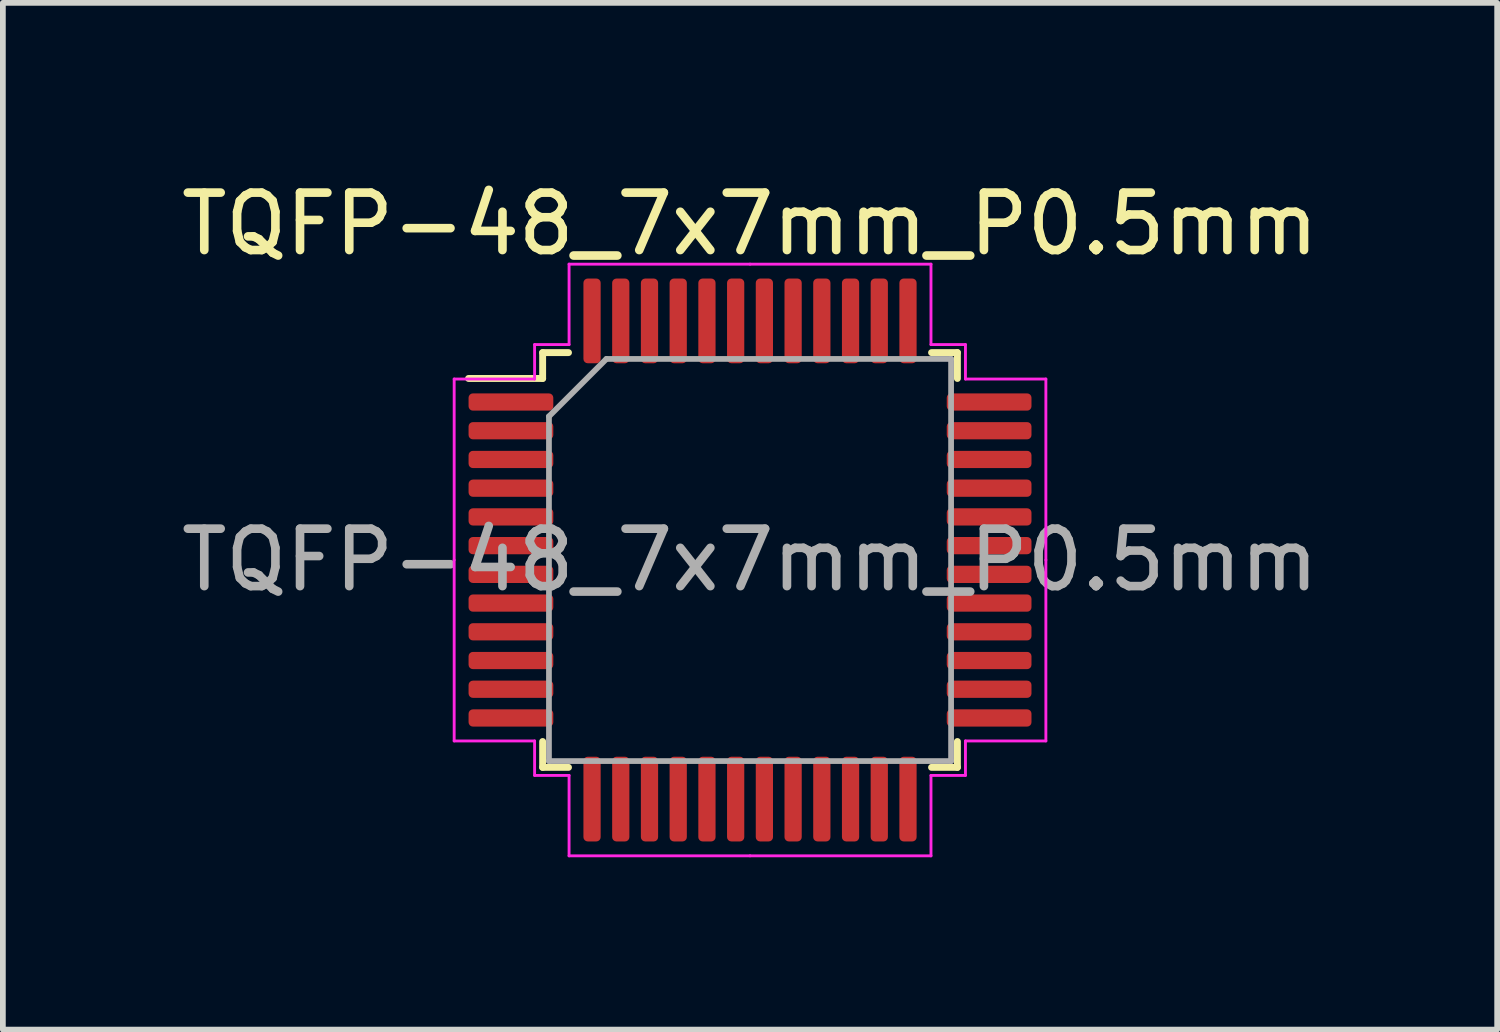
<source format=kicad_pcb>
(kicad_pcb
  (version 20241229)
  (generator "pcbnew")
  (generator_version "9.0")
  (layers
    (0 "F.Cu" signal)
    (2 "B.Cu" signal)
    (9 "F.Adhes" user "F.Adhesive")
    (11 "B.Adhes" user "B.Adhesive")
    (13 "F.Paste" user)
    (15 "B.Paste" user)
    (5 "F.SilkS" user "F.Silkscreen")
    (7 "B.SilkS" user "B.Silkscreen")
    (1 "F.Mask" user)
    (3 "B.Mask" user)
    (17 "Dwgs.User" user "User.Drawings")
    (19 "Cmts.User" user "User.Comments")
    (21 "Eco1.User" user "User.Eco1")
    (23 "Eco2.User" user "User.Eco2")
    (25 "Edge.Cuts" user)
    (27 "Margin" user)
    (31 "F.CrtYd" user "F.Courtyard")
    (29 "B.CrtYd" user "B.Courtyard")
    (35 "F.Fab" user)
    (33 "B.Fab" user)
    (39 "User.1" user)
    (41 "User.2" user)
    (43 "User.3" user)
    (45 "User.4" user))
  (footprint "TQFP-48_7x7mm_P0.5mm"
    (layer "F.Cu")
    (at 10.006 6.698)
    (property "Reference" "TQFP-48_7x7mm_P0.5mm" (at 0 -5.85 0) (layer "F.SilkS") (effects (font (size 1 1) (thickness 0.15))))
    (attr smd)
    (fp_line (start -3.61 -3.61) (end -3.61 -3.16) (stroke (width 0.12) (type solid)) (layer "F.SilkS"))
    (fp_line (start -3.61 -3.16) (end -4.9 -3.16) (stroke (width 0.12) (type solid)) (layer "F.SilkS"))
    (fp_line (start -3.61 3.61) (end -3.61 3.16) (stroke (width 0.12) (type solid)) (layer "F.SilkS"))
    (fp_line (start -3.16 -3.61) (end -3.61 -3.61) (stroke (width 0.12) (type solid)) (layer "F.SilkS"))
    (fp_line (start -3.16 3.61) (end -3.61 3.61) (stroke (width 0.12) (type solid)) (layer "F.SilkS"))
    (fp_line (start 3.16 -3.61) (end 3.61 -3.61) (stroke (width 0.12) (type solid)) (layer "F.SilkS"))
    (fp_line (start 3.16 3.61) (end 3.61 3.61) (stroke (width 0.12) (type solid)) (layer "F.SilkS"))
    (fp_line (start 3.61 -3.61) (end 3.61 -3.16) (stroke (width 0.12) (type solid)) (layer "F.SilkS"))
    (fp_line (start 3.61 3.61) (end 3.61 3.16) (stroke (width 0.12) (type solid)) (layer "F.SilkS"))
    (fp_line (start -5.15 -3.15) (end -5.15 0) (stroke (width 0.05) (type solid)) (layer "F.CrtYd"))
    (fp_line (start -5.15 3.15) (end -5.15 0) (stroke (width 0.05) (type solid)) (layer "F.CrtYd"))
    (fp_line (start -3.75 -3.75) (end -3.75 -3.15) (stroke (width 0.05) (type solid)) (layer "F.CrtYd"))
    (fp_line (start -3.75 -3.15) (end -5.15 -3.15) (stroke (width 0.05) (type solid)) (layer "F.CrtYd"))
    (fp_line (start -3.75 3.15) (end -5.15 3.15) (stroke (width 0.05) (type solid)) (layer "F.CrtYd"))
    (fp_line (start -3.75 3.75) (end -3.75 3.15) (stroke (width 0.05) (type solid)) (layer "F.CrtYd"))
    (fp_line (start -3.15 -5.15) (end -3.15 -3.75) (stroke (width 0.05) (type solid)) (layer "F.CrtYd"))
    (fp_line (start -3.15 -3.75) (end -3.75 -3.75) (stroke (width 0.05) (type solid)) (layer "F.CrtYd"))
    (fp_line (start -3.15 3.75) (end -3.75 3.75) (stroke (width 0.05) (type solid)) (layer "F.CrtYd"))
    (fp_line (start -3.15 5.15) (end -3.15 3.75) (stroke (width 0.05) (type solid)) (layer "F.CrtYd"))
    (fp_line (start 0 -5.15) (end -3.15 -5.15) (stroke (width 0.05) (type solid)) (layer "F.CrtYd"))
    (fp_line (start 0 -5.15) (end 3.15 -5.15) (stroke (width 0.05) (type solid)) (layer "F.CrtYd"))
    (fp_line (start 0 5.15) (end -3.15 5.15) (stroke (width 0.05) (type solid)) (layer "F.CrtYd"))
    (fp_line (start 0 5.15) (end 3.15 5.15) (stroke (width 0.05) (type solid)) (layer "F.CrtYd"))
    (fp_line (start 3.15 -5.15) (end 3.15 -3.75) (stroke (width 0.05) (type solid)) (layer "F.CrtYd"))
    (fp_line (start 3.15 -3.75) (end 3.75 -3.75) (stroke (width 0.05) (type solid)) (layer "F.CrtYd"))
    (fp_line (start 3.15 3.75) (end 3.75 3.75) (stroke (width 0.05) (type solid)) (layer "F.CrtYd"))
    (fp_line (start 3.15 5.15) (end 3.15 3.75) (stroke (width 0.05) (type solid)) (layer "F.CrtYd"))
    (fp_line (start 3.75 -3.75) (end 3.75 -3.15) (stroke (width 0.05) (type solid)) (layer "F.CrtYd"))
    (fp_line (start 3.75 -3.15) (end 5.15 -3.15) (stroke (width 0.05) (type solid)) (layer "F.CrtYd"))
    (fp_line (start 3.75 3.15) (end 5.15 3.15) (stroke (width 0.05) (type solid)) (layer "F.CrtYd"))
    (fp_line (start 3.75 3.75) (end 3.75 3.15) (stroke (width 0.05) (type solid)) (layer "F.CrtYd"))
    (fp_line (start 5.15 -3.15) (end 5.15 0) (stroke (width 0.05) (type solid)) (layer "F.CrtYd"))
    (fp_line (start 5.15 3.15) (end 5.15 0) (stroke (width 0.05) (type solid)) (layer "F.CrtYd"))
    (fp_line (start -3.5 -2.5) (end -2.5 -3.5) (stroke (width 0.1) (type solid)) (layer "F.Fab"))
    (fp_line (start -3.5 3.5) (end -3.5 -2.5) (stroke (width 0.1) (type solid)) (layer "F.Fab"))
    (fp_line (start -2.5 -3.5) (end 3.5 -3.5) (stroke (width 0.1) (type solid)) (layer "F.Fab"))
    (fp_line (start 3.5 -3.5) (end 3.5 3.5) (stroke (width 0.1) (type solid)) (layer "F.Fab"))
    (fp_line (start 3.5 3.5) (end -3.5 3.5) (stroke (width 0.1) (type solid)) (layer "F.Fab"))
    (fp_text user "${REFERENCE}" (at 0 0 0) (layer "F.Fab") (effects (font (size 1 1) (thickness 0.15))))
    (pad "1" smd roundrect (at -4.162 -2.75) (size 1.475 0.3) (layers "F.Cu" "F.Mask" "F.Paste") (roundrect_rratio 0.25))
    (pad "2" smd roundrect (at -4.162 -2.25) (size 1.475 0.3) (layers "F.Cu" "F.Mask" "F.Paste") (roundrect_rratio 0.25))
    (pad "3" smd roundrect (at -4.162 -1.75) (size 1.475 0.3) (layers "F.Cu" "F.Mask" "F.Paste") (roundrect_rratio 0.25))
    (pad "4" smd roundrect (at -4.162 -1.25) (size 1.475 0.3) (layers "F.Cu" "F.Mask" "F.Paste") (roundrect_rratio 0.25))
    (pad "5" smd roundrect (at -4.162 -0.75) (size 1.475 0.3) (layers "F.Cu" "F.Mask" "F.Paste") (roundrect_rratio 0.25))
    (pad "6" smd roundrect (at -4.162 -0.25) (size 1.475 0.3) (layers "F.Cu" "F.Mask" "F.Paste") (roundrect_rratio 0.25))
    (pad "7" smd roundrect (at -4.162 0.25) (size 1.475 0.3) (layers "F.Cu" "F.Mask" "F.Paste") (roundrect_rratio 0.25))
    (pad "8" smd roundrect (at -4.162 0.75) (size 1.475 0.3) (layers "F.Cu" "F.Mask" "F.Paste") (roundrect_rratio 0.25))
    (pad "9" smd roundrect (at -4.162 1.25) (size 1.475 0.3) (layers "F.Cu" "F.Mask" "F.Paste") (roundrect_rratio 0.25))
    (pad "10" smd roundrect (at -4.162 1.75) (size 1.475 0.3) (layers "F.Cu" "F.Mask" "F.Paste") (roundrect_rratio 0.25))
    (pad "11" smd roundrect (at -4.162 2.25) (size 1.475 0.3) (layers "F.Cu" "F.Mask" "F.Paste") (roundrect_rratio 0.25))
    (pad "12" smd roundrect (at -4.162 2.75) (size 1.475 0.3) (layers "F.Cu" "F.Mask" "F.Paste") (roundrect_rratio 0.25))
    (pad "13" smd roundrect (at -2.75 4.162) (size 0.3 1.475) (layers "F.Cu" "F.Mask" "F.Paste") (roundrect_rratio 0.25))
    (pad "14" smd roundrect (at -2.25 4.162) (size 0.3 1.475) (layers "F.Cu" "F.Mask" "F.Paste") (roundrect_rratio 0.25))
    (pad "15" smd roundrect (at -1.75 4.162) (size 0.3 1.475) (layers "F.Cu" "F.Mask" "F.Paste") (roundrect_rratio 0.25))
    (pad "16" smd roundrect (at -1.25 4.162) (size 0.3 1.475) (layers "F.Cu" "F.Mask" "F.Paste") (roundrect_rratio 0.25))
    (pad "17" smd roundrect (at -0.75 4.162) (size 0.3 1.475) (layers "F.Cu" "F.Mask" "F.Paste") (roundrect_rratio 0.25))
    (pad "18" smd roundrect (at -0.25 4.162) (size 0.3 1.475) (layers "F.Cu" "F.Mask" "F.Paste") (roundrect_rratio 0.25))
    (pad "19" smd roundrect (at 0.25 4.162) (size 0.3 1.475) (layers "F.Cu" "F.Mask" "F.Paste") (roundrect_rratio 0.25))
    (pad "20" smd roundrect (at 0.75 4.162) (size 0.3 1.475) (layers "F.Cu" "F.Mask" "F.Paste") (roundrect_rratio 0.25))
    (pad "21" smd roundrect (at 1.25 4.162) (size 0.3 1.475) (layers "F.Cu" "F.Mask" "F.Paste") (roundrect_rratio 0.25))
    (pad "22" smd roundrect (at 1.75 4.162) (size 0.3 1.475) (layers "F.Cu" "F.Mask" "F.Paste") (roundrect_rratio 0.25))
    (pad "23" smd roundrect (at 2.25 4.162) (size 0.3 1.475) (layers "F.Cu" "F.Mask" "F.Paste") (roundrect_rratio 0.25))
    (pad "24" smd roundrect (at 2.75 4.162) (size 0.3 1.475) (layers "F.Cu" "F.Mask" "F.Paste") (roundrect_rratio 0.25))
    (pad "25" smd roundrect (at 4.162 2.75) (size 1.475 0.3) (layers "F.Cu" "F.Mask" "F.Paste") (roundrect_rratio 0.25))
    (pad "26" smd roundrect (at 4.162 2.25) (size 1.475 0.3) (layers "F.Cu" "F.Mask" "F.Paste") (roundrect_rratio 0.25))
    (pad "27" smd roundrect (at 4.162 1.75) (size 1.475 0.3) (layers "F.Cu" "F.Mask" "F.Paste") (roundrect_rratio 0.25))
    (pad "28" smd roundrect (at 4.162 1.25) (size 1.475 0.3) (layers "F.Cu" "F.Mask" "F.Paste") (roundrect_rratio 0.25))
    (pad "29" smd roundrect (at 4.162 0.75) (size 1.475 0.3) (layers "F.Cu" "F.Mask" "F.Paste") (roundrect_rratio 0.25))
    (pad "30" smd roundrect (at 4.162 0.25) (size 1.475 0.3) (layers "F.Cu" "F.Mask" "F.Paste") (roundrect_rratio 0.25))
    (pad "31" smd roundrect (at 4.162 -0.25) (size 1.475 0.3) (layers "F.Cu" "F.Mask" "F.Paste") (roundrect_rratio 0.25))
    (pad "32" smd roundrect (at 4.162 -0.75) (size 1.475 0.3) (layers "F.Cu" "F.Mask" "F.Paste") (roundrect_rratio 0.25))
    (pad "33" smd roundrect (at 4.162 -1.25) (size 1.475 0.3) (layers "F.Cu" "F.Mask" "F.Paste") (roundrect_rratio 0.25))
    (pad "34" smd roundrect (at 4.162 -1.75) (size 1.475 0.3) (layers "F.Cu" "F.Mask" "F.Paste") (roundrect_rratio 0.25))
    (pad "35" smd roundrect (at 4.162 -2.25) (size 1.475 0.3) (layers "F.Cu" "F.Mask" "F.Paste") (roundrect_rratio 0.25))
    (pad "36" smd roundrect (at 4.162 -2.75) (size 1.475 0.3) (layers "F.Cu" "F.Mask" "F.Paste") (roundrect_rratio 0.25))
    (pad "37" smd roundrect (at 2.75 -4.162) (size 0.3 1.475) (layers "F.Cu" "F.Mask" "F.Paste") (roundrect_rratio 0.25))
    (pad "38" smd roundrect (at 2.25 -4.162) (size 0.3 1.475) (layers "F.Cu" "F.Mask" "F.Paste") (roundrect_rratio 0.25))
    (pad "39" smd roundrect (at 1.75 -4.162) (size 0.3 1.475) (layers "F.Cu" "F.Mask" "F.Paste") (roundrect_rratio 0.25))
    (pad "40" smd roundrect (at 1.25 -4.162) (size 0.3 1.475) (layers "F.Cu" "F.Mask" "F.Paste") (roundrect_rratio 0.25))
    (pad "41" smd roundrect (at 0.75 -4.162) (size 0.3 1.475) (layers "F.Cu" "F.Mask" "F.Paste") (roundrect_rratio 0.25))
    (pad "42" smd roundrect (at 0.25 -4.162) (size 0.3 1.475) (layers "F.Cu" "F.Mask" "F.Paste") (roundrect_rratio 0.25))
    (pad "43" smd roundrect (at -0.25 -4.162) (size 0.3 1.475) (layers "F.Cu" "F.Mask" "F.Paste") (roundrect_rratio 0.25))
    (pad "44" smd roundrect (at -0.75 -4.162) (size 0.3 1.475) (layers "F.Cu" "F.Mask" "F.Paste") (roundrect_rratio 0.25))
    (pad "45" smd roundrect (at -1.25 -4.162) (size 0.3 1.475) (layers "F.Cu" "F.Mask" "F.Paste") (roundrect_rratio 0.25))
    (pad "46" smd roundrect (at -1.75 -4.162) (size 0.3 1.475) (layers "F.Cu" "F.Mask" "F.Paste") (roundrect_rratio 0.25))
    (pad "47" smd roundrect (at -2.25 -4.162) (size 0.3 1.475) (layers "F.Cu" "F.Mask" "F.Paste") (roundrect_rratio 0.25))
    (pad "48" smd roundrect (at -2.75 -4.162) (size 0.3 1.475) (layers "F.Cu" "F.Mask" "F.Paste") (roundrect_rratio 0.25)))
  (gr_rect
    (start -3 -3)
    (end 23.012 14.873)
    (stroke (width 0.1) (type default))
    (fill no)
    (layer "Edge.Cuts")))
</source>
